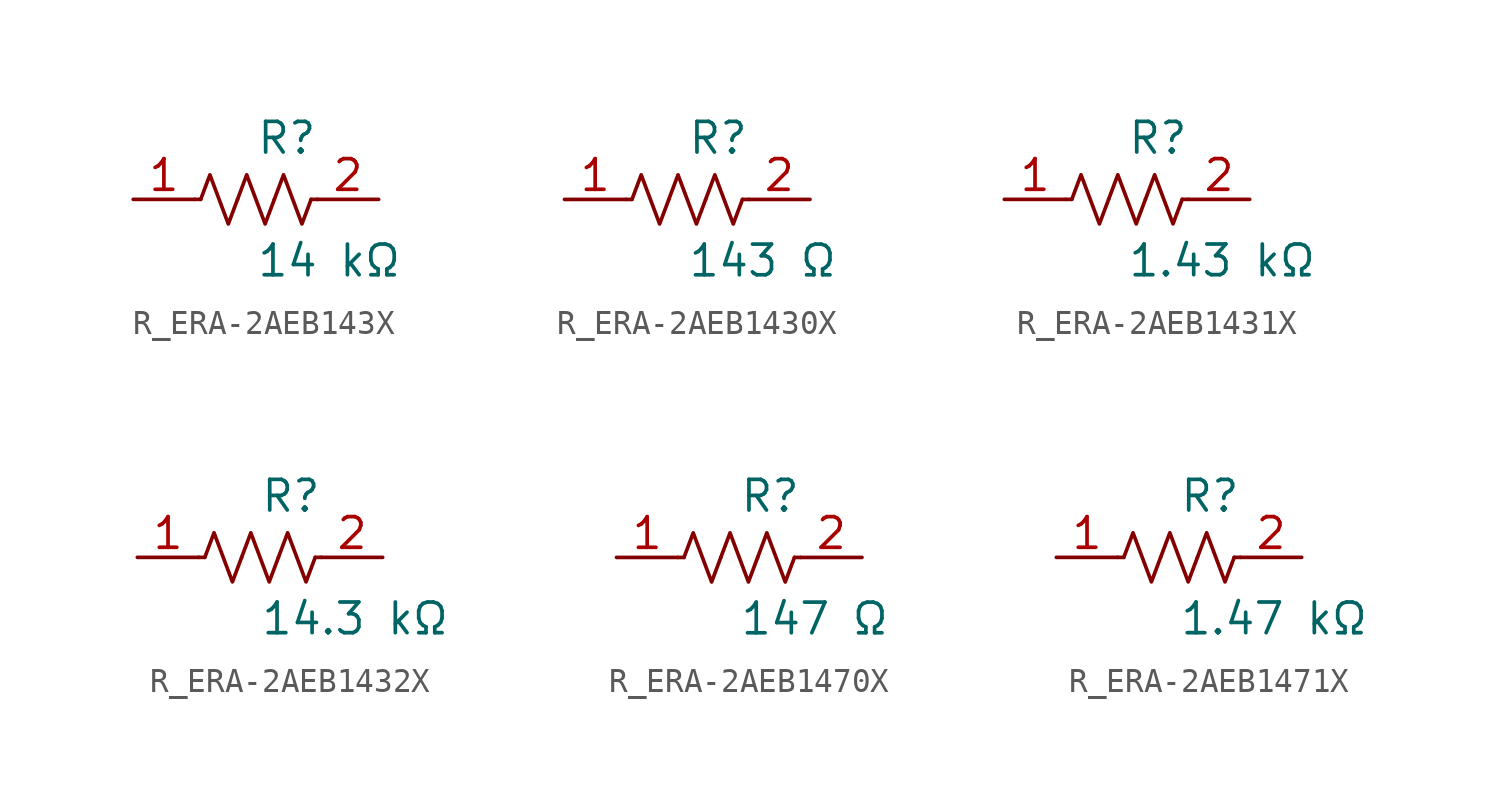
<source format=kicad_sym>
(kicad_symbol_lib
  (version 20231120)
  (generator kicad_symbol_editor)
  (generator_version 8.0)
  (symbol "R_ERA-2AEB143X"
    (pin_names
      (offset 0.254))
    (property "Reference" "R"
      (at 0.0 2.54 0)
      (effects (font (size 1.27 1.27)) (justify left)))
    (property "Value" "14 kΩ"
      (at 0.0 -2.54 0)
      (effects (font (size 1.27 1.27)) (justify left)))
    (symbol "R_ERA-2AEB143X_0_1"
      (polyline (pts (xy 2.286 0) (xy 2.54 0)) (stroke (width 0) (type default)) (fill (type none)))
      (polyline (pts (xy -2.286 0) (xy -2.54 0)) (stroke (width 0) (type default)) (fill (type none)))
      (polyline (pts (xy 0.762 0) (xy 1.143 1.016) (xy 1.524 0) (xy 1.905 -1.016) (xy 2.286 0)) (stroke (width 0) (type default)) (fill (type none)))
      (polyline (pts (xy -0.762 0) (xy -0.381 1.016) (xy 0 0) (xy 0.381 -1.016) (xy 0.762 0)) (stroke (width 0) (type default)) (fill (type none)))
      (polyline (pts (xy -2.286 0) (xy -1.905 1.016) (xy -1.524 0) (xy -1.143 -1.016) (xy -0.762 0)) (stroke (width 0) (type default)) (fill (type none))))
    (pin unspecified line
      (at -5.08 0 0)
      (length 2.54)
      (name "" (effects (font (size 1.27 1.27))))
      (number "1" (effects (font (size 1.27 1.27)))))
    (pin unspecified line
      (at 5.08 0 180)
      (length 2.54)
      (name "" (effects (font (size 1.27 1.27))))
      (number "2" (effects (font (size 1.27 1.27))))))
  (symbol "R_ERA-2AEB1430X"
    (pin_names
      (offset 0.254))
    (property "Reference" "R"
      (at 0.0 2.54 0)
      (effects (font (size 1.27 1.27)) (justify left)))
    (property "Value" "143 Ω"
      (at 0.0 -2.54 0)
      (effects (font (size 1.27 1.27)) (justify left)))
    (symbol "R_ERA-2AEB1430X_0_1"
      (polyline (pts (xy 2.286 0) (xy 2.54 0)) (stroke (width 0) (type default)) (fill (type none)))
      (polyline (pts (xy -2.286 0) (xy -2.54 0)) (stroke (width 0) (type default)) (fill (type none)))
      (polyline (pts (xy 0.762 0) (xy 1.143 1.016) (xy 1.524 0) (xy 1.905 -1.016) (xy 2.286 0)) (stroke (width 0) (type default)) (fill (type none)))
      (polyline (pts (xy -0.762 0) (xy -0.381 1.016) (xy 0 0) (xy 0.381 -1.016) (xy 0.762 0)) (stroke (width 0) (type default)) (fill (type none)))
      (polyline (pts (xy -2.286 0) (xy -1.905 1.016) (xy -1.524 0) (xy -1.143 -1.016) (xy -0.762 0)) (stroke (width 0) (type default)) (fill (type none))))
    (pin unspecified line
      (at -5.08 0 0)
      (length 2.54)
      (name "" (effects (font (size 1.27 1.27))))
      (number "1" (effects (font (size 1.27 1.27)))))
    (pin unspecified line
      (at 5.08 0 180)
      (length 2.54)
      (name "" (effects (font (size 1.27 1.27))))
      (number "2" (effects (font (size 1.27 1.27))))))
  (symbol "R_ERA-2AEB1431X"
    (pin_names
      (offset 0.254))
    (property "Reference" "R"
      (at 0.0 2.54 0)
      (effects (font (size 1.27 1.27)) (justify left)))
    (property "Value" "1.43 kΩ"
      (at 0.0 -2.54 0)
      (effects (font (size 1.27 1.27)) (justify left)))
    (symbol "R_ERA-2AEB1431X_0_1"
      (polyline (pts (xy 2.286 0) (xy 2.54 0)) (stroke (width 0) (type default)) (fill (type none)))
      (polyline (pts (xy -2.286 0) (xy -2.54 0)) (stroke (width 0) (type default)) (fill (type none)))
      (polyline (pts (xy 0.762 0) (xy 1.143 1.016) (xy 1.524 0) (xy 1.905 -1.016) (xy 2.286 0)) (stroke (width 0) (type default)) (fill (type none)))
      (polyline (pts (xy -0.762 0) (xy -0.381 1.016) (xy 0 0) (xy 0.381 -1.016) (xy 0.762 0)) (stroke (width 0) (type default)) (fill (type none)))
      (polyline (pts (xy -2.286 0) (xy -1.905 1.016) (xy -1.524 0) (xy -1.143 -1.016) (xy -0.762 0)) (stroke (width 0) (type default)) (fill (type none))))
    (pin unspecified line
      (at -5.08 0 0)
      (length 2.54)
      (name "" (effects (font (size 1.27 1.27))))
      (number "1" (effects (font (size 1.27 1.27)))))
    (pin unspecified line
      (at 5.08 0 180)
      (length 2.54)
      (name "" (effects (font (size 1.27 1.27))))
      (number "2" (effects (font (size 1.27 1.27))))))
  (symbol "R_ERA-2AEB1432X"
    (pin_names
      (offset 0.254))
    (property "Reference" "R"
      (at 0.0 2.54 0)
      (effects (font (size 1.27 1.27)) (justify left)))
    (property "Value" "14.3 kΩ"
      (at 0.0 -2.54 0)
      (effects (font (size 1.27 1.27)) (justify left)))
    (symbol "R_ERA-2AEB1432X_0_1"
      (polyline (pts (xy 2.286 0) (xy 2.54 0)) (stroke (width 0) (type default)) (fill (type none)))
      (polyline (pts (xy -2.286 0) (xy -2.54 0)) (stroke (width 0) (type default)) (fill (type none)))
      (polyline (pts (xy 0.762 0) (xy 1.143 1.016) (xy 1.524 0) (xy 1.905 -1.016) (xy 2.286 0)) (stroke (width 0) (type default)) (fill (type none)))
      (polyline (pts (xy -0.762 0) (xy -0.381 1.016) (xy 0 0) (xy 0.381 -1.016) (xy 0.762 0)) (stroke (width 0) (type default)) (fill (type none)))
      (polyline (pts (xy -2.286 0) (xy -1.905 1.016) (xy -1.524 0) (xy -1.143 -1.016) (xy -0.762 0)) (stroke (width 0) (type default)) (fill (type none))))
    (pin unspecified line
      (at -5.08 0 0)
      (length 2.54)
      (name "" (effects (font (size 1.27 1.27))))
      (number "1" (effects (font (size 1.27 1.27)))))
    (pin unspecified line
      (at 5.08 0 180)
      (length 2.54)
      (name "" (effects (font (size 1.27 1.27))))
      (number "2" (effects (font (size 1.27 1.27))))))
  (symbol "R_ERA-2AEB1470X"
    (pin_names
      (offset 0.254))
    (property "Reference" "R"
      (at 0.0 2.54 0)
      (effects (font (size 1.27 1.27)) (justify left)))
    (property "Value" "147 Ω"
      (at 0.0 -2.54 0)
      (effects (font (size 1.27 1.27)) (justify left)))
    (symbol "R_ERA-2AEB1470X_0_1"
      (polyline (pts (xy 2.286 0) (xy 2.54 0)) (stroke (width 0) (type default)) (fill (type none)))
      (polyline (pts (xy -2.286 0) (xy -2.54 0)) (stroke (width 0) (type default)) (fill (type none)))
      (polyline (pts (xy 0.762 0) (xy 1.143 1.016) (xy 1.524 0) (xy 1.905 -1.016) (xy 2.286 0)) (stroke (width 0) (type default)) (fill (type none)))
      (polyline (pts (xy -0.762 0) (xy -0.381 1.016) (xy 0 0) (xy 0.381 -1.016) (xy 0.762 0)) (stroke (width 0) (type default)) (fill (type none)))
      (polyline (pts (xy -2.286 0) (xy -1.905 1.016) (xy -1.524 0) (xy -1.143 -1.016) (xy -0.762 0)) (stroke (width 0) (type default)) (fill (type none))))
    (pin unspecified line
      (at -5.08 0 0)
      (length 2.54)
      (name "" (effects (font (size 1.27 1.27))))
      (number "1" (effects (font (size 1.27 1.27)))))
    (pin unspecified line
      (at 5.08 0 180)
      (length 2.54)
      (name "" (effects (font (size 1.27 1.27))))
      (number "2" (effects (font (size 1.27 1.27))))))
  (symbol "R_ERA-2AEB1471X"
    (pin_names
      (offset 0.254))
    (property "Reference" "R"
      (at 0.0 2.54 0)
      (effects (font (size 1.27 1.27)) (justify left)))
    (property "Value" "1.47 kΩ"
      (at 0.0 -2.54 0)
      (effects (font (size 1.27 1.27)) (justify left)))
    (symbol "R_ERA-2AEB1471X_0_1"
      (polyline (pts (xy 2.286 0) (xy 2.54 0)) (stroke (width 0) (type default)) (fill (type none)))
      (polyline (pts (xy -2.286 0) (xy -2.54 0)) (stroke (width 0) (type default)) (fill (type none)))
      (polyline (pts (xy 0.762 0) (xy 1.143 1.016) (xy 1.524 0) (xy 1.905 -1.016) (xy 2.286 0)) (stroke (width 0) (type default)) (fill (type none)))
      (polyline (pts (xy -0.762 0) (xy -0.381 1.016) (xy 0 0) (xy 0.381 -1.016) (xy 0.762 0)) (stroke (width 0) (type default)) (fill (type none)))
      (polyline (pts (xy -2.286 0) (xy -1.905 1.016) (xy -1.524 0) (xy -1.143 -1.016) (xy -0.762 0)) (stroke (width 0) (type default)) (fill (type none))))
    (pin unspecified line
      (at -5.08 0 0)
      (length 2.54)
      (name "" (effects (font (size 1.27 1.27))))
      (number "1" (effects (font (size 1.27 1.27)))))
    (pin unspecified line
      (at 5.08 0 180)
      (length 2.54)
      (name "" (effects (font (size 1.27 1.27))))
      (number "2" (effects (font (size 1.27 1.27)))))))
</source>
